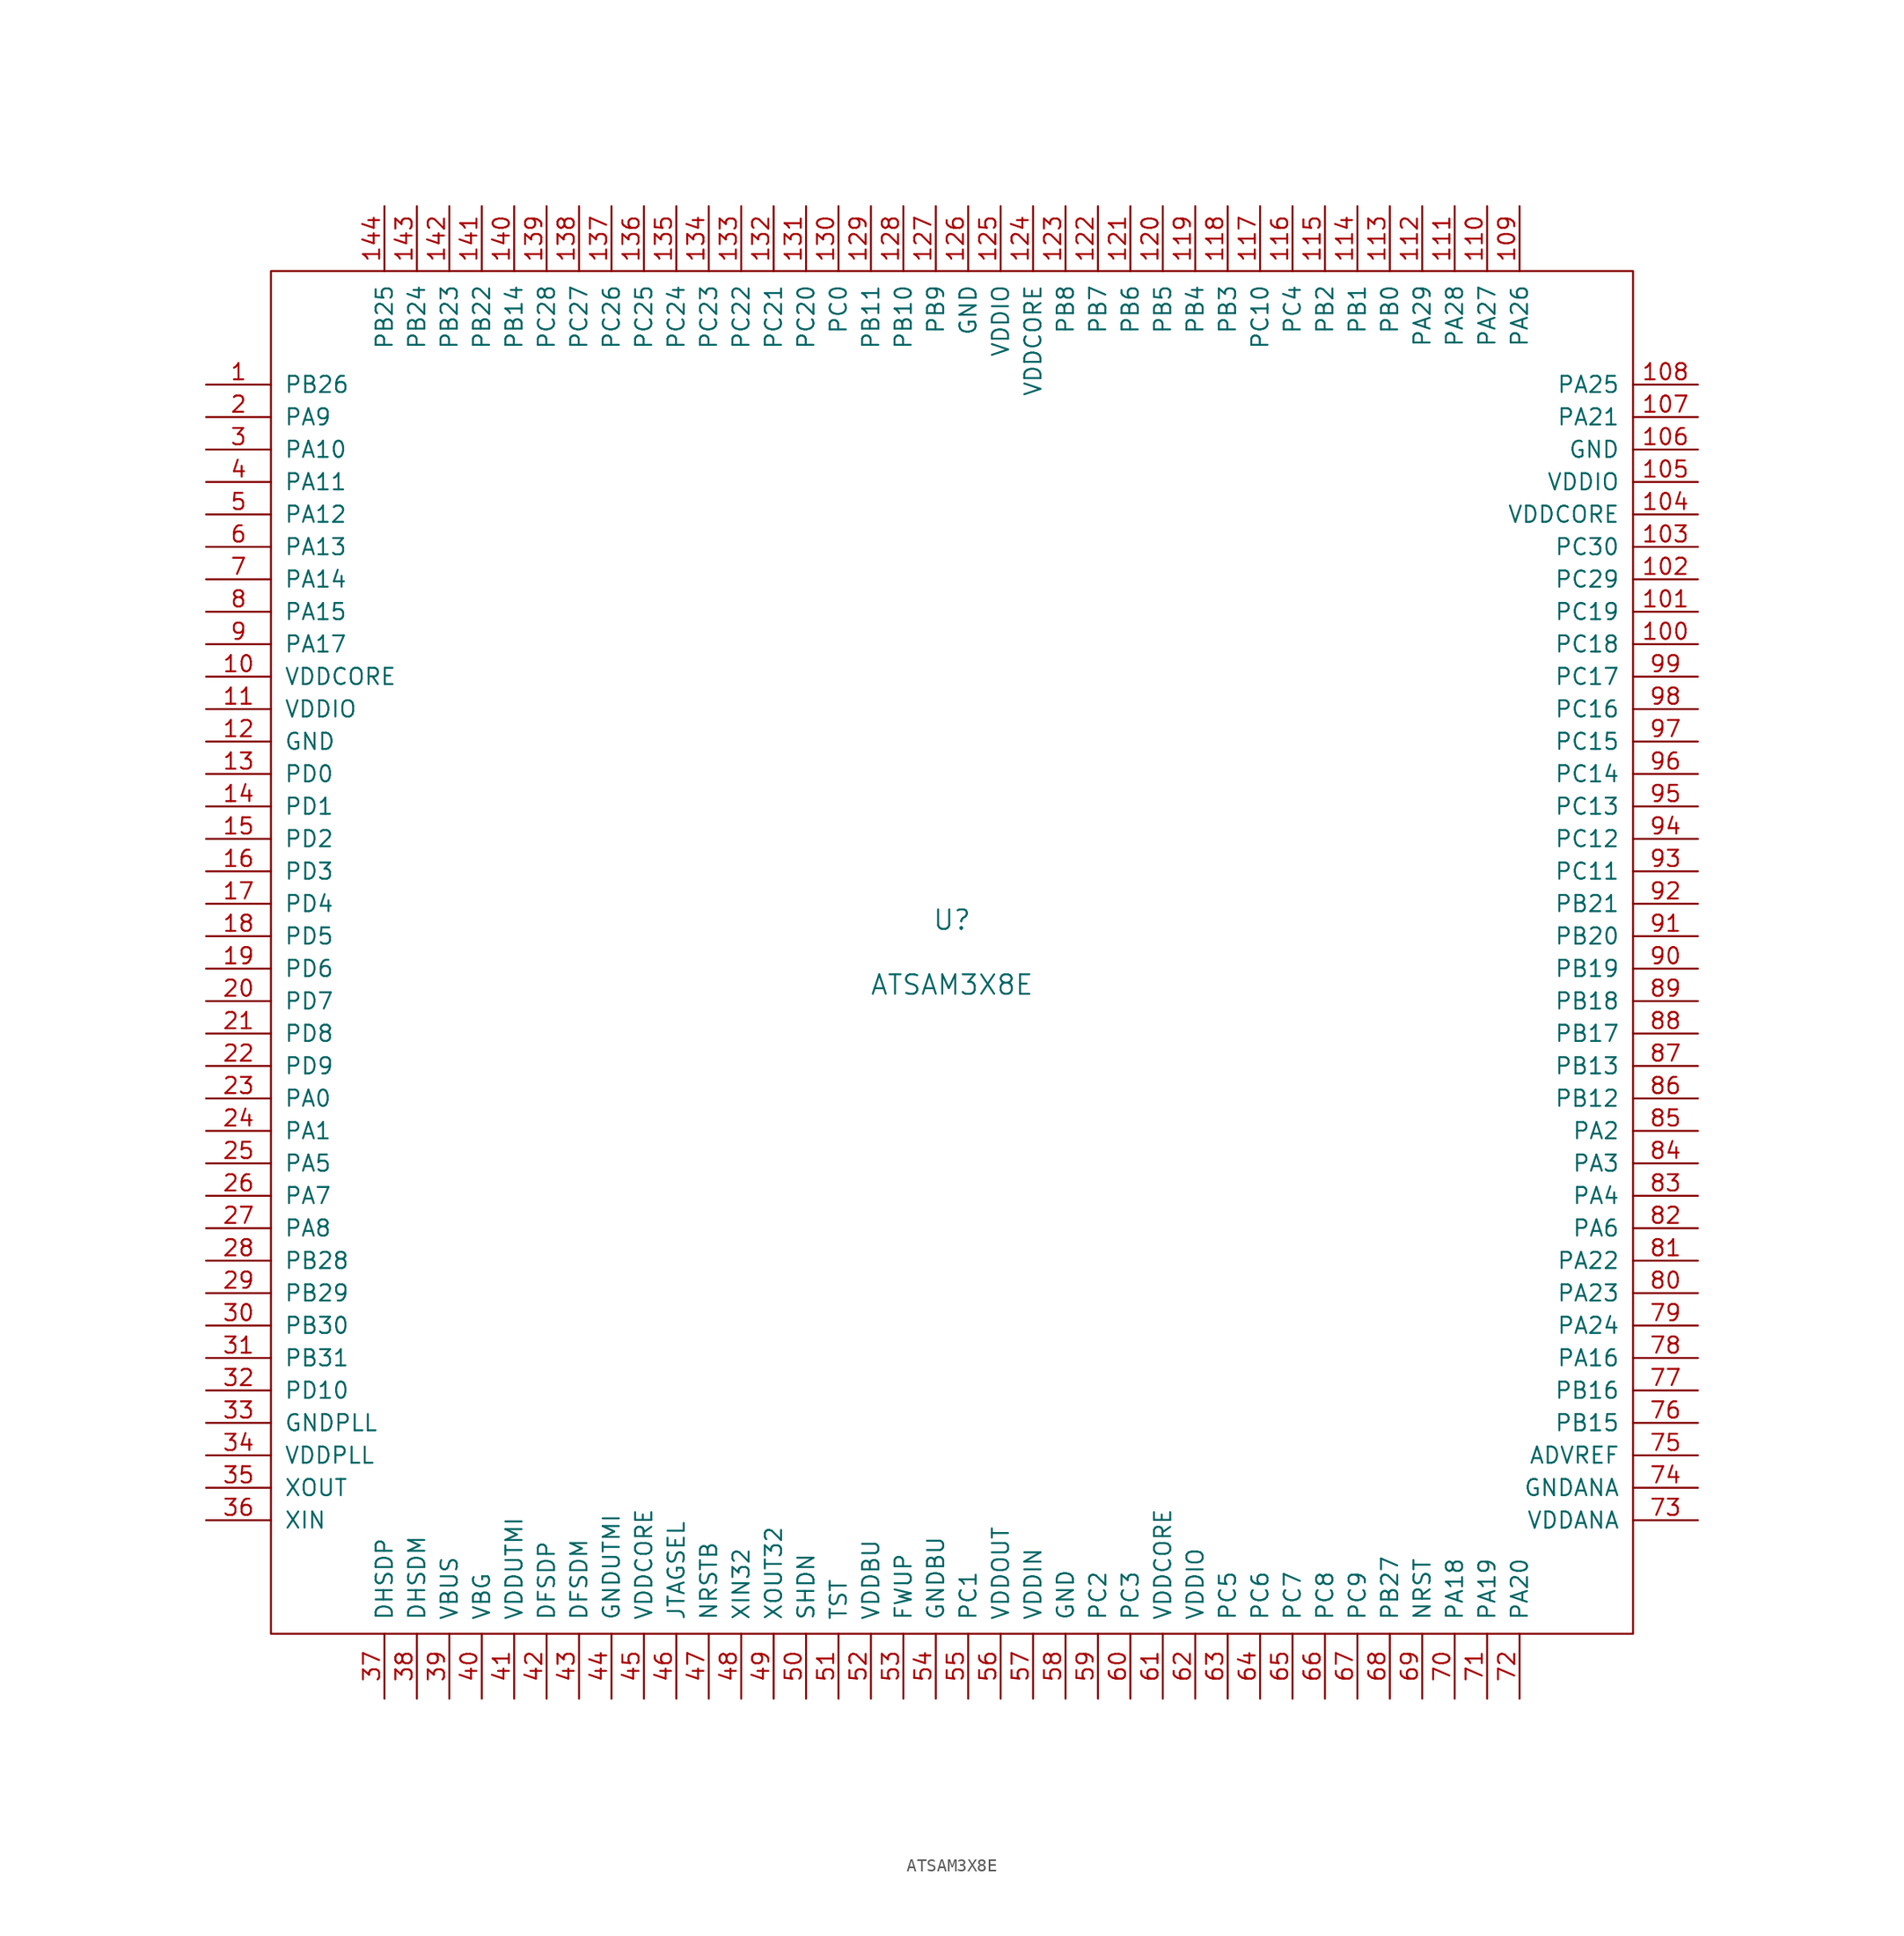
<source format=kicad_sym>
(kicad_symbol_lib
  (version 20201005)
  (generator kicad_symbol_editor)
  (symbol "ATSAM3X8E"
    (pin_names
      (offset 1.016))
    (property "Reference" "U"
      (at 0 2.54 0)
      (effects (font (size 1.524 1.524))))
    (property "Value" "ATSAM3X8E"
      (at 0 -2.54 0)
      (effects (font (size 1.524 1.524))))
    (symbol "ATSAM3X8E_0_1"
      (rectangle (start -53.34 53.34) (end 53.34 -53.34) (stroke (width 0)) (fill (type none))))
    (symbol "ATSAM3X8E_1_1"
      (pin bidirectional line (at -58.42 44.45 0) (length 5.08) (name "PB26" (effects (font (size 1.27 1.27)))) (number "1" (effects (font (size 1.27 1.27)))))
      (pin power_in line (at -58.42 21.59 0) (length 5.08) (name "VDDCORE" (effects (font (size 1.27 1.27)))) (number "10" (effects (font (size 1.27 1.27)))))
      (pin bidirectional line (at 58.42 24.13 180) (length 5.08) (name "PC18" (effects (font (size 1.27 1.27)))) (number "100" (effects (font (size 1.27 1.27)))))
      (pin bidirectional line (at 58.42 26.67 180) (length 5.08) (name "PC19" (effects (font (size 1.27 1.27)))) (number "101" (effects (font (size 1.27 1.27)))))
      (pin bidirectional line (at 58.42 29.21 180) (length 5.08) (name "PC29" (effects (font (size 1.27 1.27)))) (number "102" (effects (font (size 1.27 1.27)))))
      (pin bidirectional line (at 58.42 31.75 180) (length 5.08) (name "PC30" (effects (font (size 1.27 1.27)))) (number "103" (effects (font (size 1.27 1.27)))))
      (pin power_in line (at 58.42 34.29 180) (length 5.08) (name "VDDCORE" (effects (font (size 1.27 1.27)))) (number "104" (effects (font (size 1.27 1.27)))))
      (pin power_in line (at 58.42 36.83 180) (length 5.08) (name "VDDIO" (effects (font (size 1.27 1.27)))) (number "105" (effects (font (size 1.27 1.27)))))
      (pin power_in line (at 58.42 39.37 180) (length 5.08) (name "GND" (effects (font (size 1.27 1.27)))) (number "106" (effects (font (size 1.27 1.27)))))
      (pin bidirectional line (at 58.42 41.91 180) (length 5.08) (name "PA21" (effects (font (size 1.27 1.27)))) (number "107" (effects (font (size 1.27 1.27)))))
      (pin bidirectional line (at 58.42 44.45 180) (length 5.08) (name "PA25" (effects (font (size 1.27 1.27)))) (number "108" (effects (font (size 1.27 1.27)))))
      (pin bidirectional line (at 44.45 58.42 270) (length 5.08) (name "PA26" (effects (font (size 1.27 1.27)))) (number "109" (effects (font (size 1.27 1.27)))))
      (pin power_in line (at -58.42 19.05 0) (length 5.08) (name "VDDIO" (effects (font (size 1.27 1.27)))) (number "11" (effects (font (size 1.27 1.27)))))
      (pin bidirectional line (at 41.91 58.42 270) (length 5.08) (name "PA27" (effects (font (size 1.27 1.27)))) (number "110" (effects (font (size 1.27 1.27)))))
      (pin bidirectional line (at 39.37 58.42 270) (length 5.08) (name "PA28" (effects (font (size 1.27 1.27)))) (number "111" (effects (font (size 1.27 1.27)))))
      (pin bidirectional line (at 36.83 58.42 270) (length 5.08) (name "PA29" (effects (font (size 1.27 1.27)))) (number "112" (effects (font (size 1.27 1.27)))))
      (pin bidirectional line (at 34.29 58.42 270) (length 5.08) (name "PB0" (effects (font (size 1.27 1.27)))) (number "113" (effects (font (size 1.27 1.27)))))
      (pin bidirectional line (at 31.75 58.42 270) (length 5.08) (name "PB1" (effects (font (size 1.27 1.27)))) (number "114" (effects (font (size 1.27 1.27)))))
      (pin bidirectional line (at 29.21 58.42 270) (length 5.08) (name "PB2" (effects (font (size 1.27 1.27)))) (number "115" (effects (font (size 1.27 1.27)))))
      (pin bidirectional line (at 26.67 58.42 270) (length 5.08) (name "PC4" (effects (font (size 1.27 1.27)))) (number "116" (effects (font (size 1.27 1.27)))))
      (pin bidirectional line (at 24.13 58.42 270) (length 5.08) (name "PC10" (effects (font (size 1.27 1.27)))) (number "117" (effects (font (size 1.27 1.27)))))
      (pin bidirectional line (at 21.59 58.42 270) (length 5.08) (name "PB3" (effects (font (size 1.27 1.27)))) (number "118" (effects (font (size 1.27 1.27)))))
      (pin bidirectional line (at 19.05 58.42 270) (length 5.08) (name "PB4" (effects (font (size 1.27 1.27)))) (number "119" (effects (font (size 1.27 1.27)))))
      (pin power_in line (at -58.42 16.51 0) (length 5.08) (name "GND" (effects (font (size 1.27 1.27)))) (number "12" (effects (font (size 1.27 1.27)))))
      (pin bidirectional line (at 16.51 58.42 270) (length 5.08) (name "PB5" (effects (font (size 1.27 1.27)))) (number "120" (effects (font (size 1.27 1.27)))))
      (pin bidirectional line (at 13.97 58.42 270) (length 5.08) (name "PB6" (effects (font (size 1.27 1.27)))) (number "121" (effects (font (size 1.27 1.27)))))
      (pin bidirectional line (at 11.43 58.42 270) (length 5.08) (name "PB7" (effects (font (size 1.27 1.27)))) (number "122" (effects (font (size 1.27 1.27)))))
      (pin bidirectional line (at 8.89 58.42 270) (length 5.08) (name "PB8" (effects (font (size 1.27 1.27)))) (number "123" (effects (font (size 1.27 1.27)))))
      (pin power_in line (at 6.35 58.42 270) (length 5.08) (name "VDDCORE" (effects (font (size 1.27 1.27)))) (number "124" (effects (font (size 1.27 1.27)))))
      (pin power_in line (at 3.81 58.42 270) (length 5.08) (name "VDDIO" (effects (font (size 1.27 1.27)))) (number "125" (effects (font (size 1.27 1.27)))))
      (pin power_in line (at 1.27 58.42 270) (length 5.08) (name "GND" (effects (font (size 1.27 1.27)))) (number "126" (effects (font (size 1.27 1.27)))))
      (pin bidirectional line (at -1.27 58.42 270) (length 5.08) (name "PB9" (effects (font (size 1.27 1.27)))) (number "127" (effects (font (size 1.27 1.27)))))
      (pin bidirectional line (at -3.81 58.42 270) (length 5.08) (name "PB10" (effects (font (size 1.27 1.27)))) (number "128" (effects (font (size 1.27 1.27)))))
      (pin bidirectional line (at -6.35 58.42 270) (length 5.08) (name "PB11" (effects (font (size 1.27 1.27)))) (number "129" (effects (font (size 1.27 1.27)))))
      (pin bidirectional line (at -58.42 13.97 0) (length 5.08) (name "PD0" (effects (font (size 1.27 1.27)))) (number "13" (effects (font (size 1.27 1.27)))))
      (pin bidirectional line (at -8.89 58.42 270) (length 5.08) (name "PC0" (effects (font (size 1.27 1.27)))) (number "130" (effects (font (size 1.27 1.27)))))
      (pin bidirectional line (at -11.43 58.42 270) (length 5.08) (name "PC20" (effects (font (size 1.27 1.27)))) (number "131" (effects (font (size 1.27 1.27)))))
      (pin bidirectional line (at -13.97 58.42 270) (length 5.08) (name "PC21" (effects (font (size 1.27 1.27)))) (number "132" (effects (font (size 1.27 1.27)))))
      (pin bidirectional line (at -16.51 58.42 270) (length 5.08) (name "PC22" (effects (font (size 1.27 1.27)))) (number "133" (effects (font (size 1.27 1.27)))))
      (pin bidirectional line (at -19.05 58.42 270) (length 5.08) (name "PC23" (effects (font (size 1.27 1.27)))) (number "134" (effects (font (size 1.27 1.27)))))
      (pin bidirectional line (at -21.59 58.42 270) (length 5.08) (name "PC24" (effects (font (size 1.27 1.27)))) (number "135" (effects (font (size 1.27 1.27)))))
      (pin bidirectional line (at -24.13 58.42 270) (length 5.08) (name "PC25" (effects (font (size 1.27 1.27)))) (number "136" (effects (font (size 1.27 1.27)))))
      (pin bidirectional line (at -26.67 58.42 270) (length 5.08) (name "PC26" (effects (font (size 1.27 1.27)))) (number "137" (effects (font (size 1.27 1.27)))))
      (pin bidirectional line (at -29.21 58.42 270) (length 5.08) (name "PC27" (effects (font (size 1.27 1.27)))) (number "138" (effects (font (size 1.27 1.27)))))
      (pin bidirectional line (at -31.75 58.42 270) (length 5.08) (name "PC28" (effects (font (size 1.27 1.27)))) (number "139" (effects (font (size 1.27 1.27)))))
      (pin bidirectional line (at -58.42 11.43 0) (length 5.08) (name "PD1" (effects (font (size 1.27 1.27)))) (number "14" (effects (font (size 1.27 1.27)))))
      (pin bidirectional line (at -34.29 58.42 270) (length 5.08) (name "PB14" (effects (font (size 1.27 1.27)))) (number "140" (effects (font (size 1.27 1.27)))))
      (pin bidirectional line (at -36.83 58.42 270) (length 5.08) (name "PB22" (effects (font (size 1.27 1.27)))) (number "141" (effects (font (size 1.27 1.27)))))
      (pin bidirectional line (at -39.37 58.42 270) (length 5.08) (name "PB23" (effects (font (size 1.27 1.27)))) (number "142" (effects (font (size 1.27 1.27)))))
      (pin bidirectional line (at -41.91 58.42 270) (length 5.08) (name "PB24" (effects (font (size 1.27 1.27)))) (number "143" (effects (font (size 1.27 1.27)))))
      (pin bidirectional line (at -44.45 58.42 270) (length 5.08) (name "PB25" (effects (font (size 1.27 1.27)))) (number "144" (effects (font (size 1.27 1.27)))))
      (pin bidirectional line (at -58.42 8.89 0) (length 5.08) (name "PD2" (effects (font (size 1.27 1.27)))) (number "15" (effects (font (size 1.27 1.27)))))
      (pin bidirectional line (at -58.42 6.35 0) (length 5.08) (name "PD3" (effects (font (size 1.27 1.27)))) (number "16" (effects (font (size 1.27 1.27)))))
      (pin bidirectional line (at -58.42 3.81 0) (length 5.08) (name "PD4" (effects (font (size 1.27 1.27)))) (number "17" (effects (font (size 1.27 1.27)))))
      (pin bidirectional line (at -58.42 1.27 0) (length 5.08) (name "PD5" (effects (font (size 1.27 1.27)))) (number "18" (effects (font (size 1.27 1.27)))))
      (pin bidirectional line (at -58.42 -1.27 0) (length 5.08) (name "PD6" (effects (font (size 1.27 1.27)))) (number "19" (effects (font (size 1.27 1.27)))))
      (pin bidirectional line (at -58.42 41.91 0) (length 5.08) (name "PA9" (effects (font (size 1.27 1.27)))) (number "2" (effects (font (size 1.27 1.27)))))
      (pin bidirectional line (at -58.42 -3.81 0) (length 5.08) (name "PD7" (effects (font (size 1.27 1.27)))) (number "20" (effects (font (size 1.27 1.27)))))
      (pin bidirectional line (at -58.42 -6.35 0) (length 5.08) (name "PD8" (effects (font (size 1.27 1.27)))) (number "21" (effects (font (size 1.27 1.27)))))
      (pin bidirectional line (at -58.42 -8.89 0) (length 5.08) (name "PD9" (effects (font (size 1.27 1.27)))) (number "22" (effects (font (size 1.27 1.27)))))
      (pin bidirectional line (at -58.42 -11.43 0) (length 5.08) (name "PA0" (effects (font (size 1.27 1.27)))) (number "23" (effects (font (size 1.27 1.27)))))
      (pin bidirectional line (at -58.42 -13.97 0) (length 5.08) (name "PA1" (effects (font (size 1.27 1.27)))) (number "24" (effects (font (size 1.27 1.27)))))
      (pin bidirectional line (at -58.42 -16.51 0) (length 5.08) (name "PA5" (effects (font (size 1.27 1.27)))) (number "25" (effects (font (size 1.27 1.27)))))
      (pin bidirectional line (at -58.42 -19.05 0) (length 5.08) (name "PA7" (effects (font (size 1.27 1.27)))) (number "26" (effects (font (size 1.27 1.27)))))
      (pin bidirectional line (at -58.42 -21.59 0) (length 5.08) (name "PA8" (effects (font (size 1.27 1.27)))) (number "27" (effects (font (size 1.27 1.27)))))
      (pin bidirectional line (at -58.42 -24.13 0) (length 5.08) (name "PB28" (effects (font (size 1.27 1.27)))) (number "28" (effects (font (size 1.27 1.27)))))
      (pin bidirectional line (at -58.42 -26.67 0) (length 5.08) (name "PB29" (effects (font (size 1.27 1.27)))) (number "29" (effects (font (size 1.27 1.27)))))
      (pin bidirectional line (at -58.42 39.37 0) (length 5.08) (name "PA10" (effects (font (size 1.27 1.27)))) (number "3" (effects (font (size 1.27 1.27)))))
      (pin bidirectional line (at -58.42 -29.21 0) (length 5.08) (name "PB30" (effects (font (size 1.27 1.27)))) (number "30" (effects (font (size 1.27 1.27)))))
      (pin bidirectional line (at -58.42 -31.75 0) (length 5.08) (name "PB31" (effects (font (size 1.27 1.27)))) (number "31" (effects (font (size 1.27 1.27)))))
      (pin bidirectional line (at -58.42 -34.29 0) (length 5.08) (name "PD10" (effects (font (size 1.27 1.27)))) (number "32" (effects (font (size 1.27 1.27)))))
      (pin power_in line (at -58.42 -36.83 0) (length 5.08) (name "GNDPLL" (effects (font (size 1.27 1.27)))) (number "33" (effects (font (size 1.27 1.27)))))
      (pin power_in line (at -58.42 -39.37 0) (length 5.08) (name "VDDPLL" (effects (font (size 1.27 1.27)))) (number "34" (effects (font (size 1.27 1.27)))))
      (pin input line (at -58.42 -41.91 0) (length 5.08) (name "XOUT" (effects (font (size 1.27 1.27)))) (number "35" (effects (font (size 1.27 1.27)))))
      (pin input line (at -58.42 -44.45 0) (length 5.08) (name "XIN" (effects (font (size 1.27 1.27)))) (number "36" (effects (font (size 1.27 1.27)))))
      (pin input line (at -44.45 -58.42 90) (length 5.08) (name "DHSDP" (effects (font (size 1.27 1.27)))) (number "37" (effects (font (size 1.27 1.27)))))
      (pin input line (at -41.91 -58.42 90) (length 5.08) (name "DHSDM" (effects (font (size 1.27 1.27)))) (number "38" (effects (font (size 1.27 1.27)))))
      (pin power_in line (at -39.37 -58.42 90) (length 5.08) (name "VBUS" (effects (font (size 1.27 1.27)))) (number "39" (effects (font (size 1.27 1.27)))))
      (pin bidirectional line (at -58.42 36.83 0) (length 5.08) (name "PA11" (effects (font (size 1.27 1.27)))) (number "4" (effects (font (size 1.27 1.27)))))
      (pin power_in line (at -36.83 -58.42 90) (length 5.08) (name "VBG" (effects (font (size 1.27 1.27)))) (number "40" (effects (font (size 1.27 1.27)))))
      (pin power_in line (at -34.29 -58.42 90) (length 5.08) (name "VDDUTMI" (effects (font (size 1.27 1.27)))) (number "41" (effects (font (size 1.27 1.27)))))
      (pin bidirectional line (at -31.75 -58.42 90) (length 5.08) (name "DFSDP" (effects (font (size 1.27 1.27)))) (number "42" (effects (font (size 1.27 1.27)))))
      (pin bidirectional line (at -29.21 -58.42 90) (length 5.08) (name "DFSDM" (effects (font (size 1.27 1.27)))) (number "43" (effects (font (size 1.27 1.27)))))
      (pin power_in line (at -26.67 -58.42 90) (length 5.08) (name "GNDUTMI" (effects (font (size 1.27 1.27)))) (number "44" (effects (font (size 1.27 1.27)))))
      (pin power_in line (at -24.13 -58.42 90) (length 5.08) (name "VDDCORE" (effects (font (size 1.27 1.27)))) (number "45" (effects (font (size 1.27 1.27)))))
      (pin bidirectional line (at -21.59 -58.42 90) (length 5.08) (name "JTAGSEL" (effects (font (size 1.27 1.27)))) (number "46" (effects (font (size 1.27 1.27)))))
      (pin bidirectional line (at -19.05 -58.42 90) (length 5.08) (name "NRSTB" (effects (font (size 1.27 1.27)))) (number "47" (effects (font (size 1.27 1.27)))))
      (pin bidirectional line (at -16.51 -58.42 90) (length 5.08) (name "XIN32" (effects (font (size 1.27 1.27)))) (number "48" (effects (font (size 1.27 1.27)))))
      (pin bidirectional line (at -13.97 -58.42 90) (length 5.08) (name "XOUT32" (effects (font (size 1.27 1.27)))) (number "49" (effects (font (size 1.27 1.27)))))
      (pin bidirectional line (at -58.42 34.29 0) (length 5.08) (name "PA12" (effects (font (size 1.27 1.27)))) (number "5" (effects (font (size 1.27 1.27)))))
      (pin bidirectional line (at -11.43 -58.42 90) (length 5.08) (name "SHDN" (effects (font (size 1.27 1.27)))) (number "50" (effects (font (size 1.27 1.27)))))
      (pin bidirectional line (at -8.89 -58.42 90) (length 5.08) (name "TST" (effects (font (size 1.27 1.27)))) (number "51" (effects (font (size 1.27 1.27)))))
      (pin power_in line (at -6.35 -58.42 90) (length 5.08) (name "VDDBU" (effects (font (size 1.27 1.27)))) (number "52" (effects (font (size 1.27 1.27)))))
      (pin bidirectional line (at -3.81 -58.42 90) (length 5.08) (name "FWUP" (effects (font (size 1.27 1.27)))) (number "53" (effects (font (size 1.27 1.27)))))
      (pin power_in line (at -1.27 -58.42 90) (length 5.08) (name "GNDBU" (effects (font (size 1.27 1.27)))) (number "54" (effects (font (size 1.27 1.27)))))
      (pin bidirectional line (at 1.27 -58.42 90) (length 5.08) (name "PC1" (effects (font (size 1.27 1.27)))) (number "55" (effects (font (size 1.27 1.27)))))
      (pin power_out line (at 3.81 -58.42 90) (length 5.08) (name "VDDOUT" (effects (font (size 1.27 1.27)))) (number "56" (effects (font (size 1.27 1.27)))))
      (pin power_in line (at 6.35 -58.42 90) (length 5.08) (name "VDDIN" (effects (font (size 1.27 1.27)))) (number "57" (effects (font (size 1.27 1.27)))))
      (pin power_in line (at 8.89 -58.42 90) (length 5.08) (name "GND" (effects (font (size 1.27 1.27)))) (number "58" (effects (font (size 1.27 1.27)))))
      (pin bidirectional line (at 11.43 -58.42 90) (length 5.08) (name "PC2" (effects (font (size 1.27 1.27)))) (number "59" (effects (font (size 1.27 1.27)))))
      (pin bidirectional line (at -58.42 31.75 0) (length 5.08) (name "PA13" (effects (font (size 1.27 1.27)))) (number "6" (effects (font (size 1.27 1.27)))))
      (pin bidirectional line (at 13.97 -58.42 90) (length 5.08) (name "PC3" (effects (font (size 1.27 1.27)))) (number "60" (effects (font (size 1.27 1.27)))))
      (pin power_in line (at 16.51 -58.42 90) (length 5.08) (name "VDDCORE" (effects (font (size 1.27 1.27)))) (number "61" (effects (font (size 1.27 1.27)))))
      (pin power_in line (at 19.05 -58.42 90) (length 5.08) (name "VDDIO" (effects (font (size 1.27 1.27)))) (number "62" (effects (font (size 1.27 1.27)))))
      (pin bidirectional line (at 21.59 -58.42 90) (length 5.08) (name "PC5" (effects (font (size 1.27 1.27)))) (number "63" (effects (font (size 1.27 1.27)))))
      (pin bidirectional line (at 24.13 -58.42 90) (length 5.08) (name "PC6" (effects (font (size 1.27 1.27)))) (number "64" (effects (font (size 1.27 1.27)))))
      (pin bidirectional line (at 26.67 -58.42 90) (length 5.08) (name "PC7" (effects (font (size 1.27 1.27)))) (number "65" (effects (font (size 1.27 1.27)))))
      (pin bidirectional line (at 29.21 -58.42 90) (length 5.08) (name "PC8" (effects (font (size 1.27 1.27)))) (number "66" (effects (font (size 1.27 1.27)))))
      (pin bidirectional line (at 31.75 -58.42 90) (length 5.08) (name "PC9" (effects (font (size 1.27 1.27)))) (number "67" (effects (font (size 1.27 1.27)))))
      (pin bidirectional line (at 34.29 -58.42 90) (length 5.08) (name "PB27" (effects (font (size 1.27 1.27)))) (number "68" (effects (font (size 1.27 1.27)))))
      (pin bidirectional line (at 36.83 -58.42 90) (length 5.08) (name "NRST" (effects (font (size 1.27 1.27)))) (number "69" (effects (font (size 1.27 1.27)))))
      (pin bidirectional line (at -58.42 29.21 0) (length 5.08) (name "PA14" (effects (font (size 1.27 1.27)))) (number "7" (effects (font (size 1.27 1.27)))))
      (pin bidirectional line (at 39.37 -58.42 90) (length 5.08) (name "PA18" (effects (font (size 1.27 1.27)))) (number "70" (effects (font (size 1.27 1.27)))))
      (pin bidirectional line (at 41.91 -58.42 90) (length 5.08) (name "PA19" (effects (font (size 1.27 1.27)))) (number "71" (effects (font (size 1.27 1.27)))))
      (pin bidirectional line (at 44.45 -58.42 90) (length 5.08) (name "PA20" (effects (font (size 1.27 1.27)))) (number "72" (effects (font (size 1.27 1.27)))))
      (pin bidirectional line (at 58.42 -44.45 180) (length 5.08) (name "VDDANA" (effects (font (size 1.27 1.27)))) (number "73" (effects (font (size 1.27 1.27)))))
      (pin power_in line (at 58.42 -41.91 180) (length 5.08) (name "GNDANA" (effects (font (size 1.27 1.27)))) (number "74" (effects (font (size 1.27 1.27)))))
      (pin power_in line (at 58.42 -39.37 180) (length 5.08) (name "ADVREF" (effects (font (size 1.27 1.27)))) (number "75" (effects (font (size 1.27 1.27)))))
      (pin bidirectional line (at 58.42 -36.83 180) (length 5.08) (name "PB15" (effects (font (size 1.27 1.27)))) (number "76" (effects (font (size 1.27 1.27)))))
      (pin bidirectional line (at 58.42 -34.29 180) (length 5.08) (name "PB16" (effects (font (size 1.27 1.27)))) (number "77" (effects (font (size 1.27 1.27)))))
      (pin bidirectional line (at 58.42 -31.75 180) (length 5.08) (name "PA16" (effects (font (size 1.27 1.27)))) (number "78" (effects (font (size 1.27 1.27)))))
      (pin bidirectional line (at 58.42 -29.21 180) (length 5.08) (name "PA24" (effects (font (size 1.27 1.27)))) (number "79" (effects (font (size 1.27 1.27)))))
      (pin bidirectional line (at -58.42 26.67 0) (length 5.08) (name "PA15" (effects (font (size 1.27 1.27)))) (number "8" (effects (font (size 1.27 1.27)))))
      (pin bidirectional line (at 58.42 -26.67 180) (length 5.08) (name "PA23" (effects (font (size 1.27 1.27)))) (number "80" (effects (font (size 1.27 1.27)))))
      (pin bidirectional line (at 58.42 -24.13 180) (length 5.08) (name "PA22" (effects (font (size 1.27 1.27)))) (number "81" (effects (font (size 1.27 1.27)))))
      (pin bidirectional line (at 58.42 -21.59 180) (length 5.08) (name "PA6" (effects (font (size 1.27 1.27)))) (number "82" (effects (font (size 1.27 1.27)))))
      (pin bidirectional line (at 58.42 -19.05 180) (length 5.08) (name "PA4" (effects (font (size 1.27 1.27)))) (number "83" (effects (font (size 1.27 1.27)))))
      (pin bidirectional line (at 58.42 -16.51 180) (length 5.08) (name "PA3" (effects (font (size 1.27 1.27)))) (number "84" (effects (font (size 1.27 1.27)))))
      (pin bidirectional line (at 58.42 -13.97 180) (length 5.08) (name "PA2" (effects (font (size 1.27 1.27)))) (number "85" (effects (font (size 1.27 1.27)))))
      (pin bidirectional line (at 58.42 -11.43 180) (length 5.08) (name "PB12" (effects (font (size 1.27 1.27)))) (number "86" (effects (font (size 1.27 1.27)))))
      (pin bidirectional line (at 58.42 -8.89 180) (length 5.08) (name "PB13" (effects (font (size 1.27 1.27)))) (number "87" (effects (font (size 1.27 1.27)))))
      (pin bidirectional line (at 58.42 -6.35 180) (length 5.08) (name "PB17" (effects (font (size 1.27 1.27)))) (number "88" (effects (font (size 1.27 1.27)))))
      (pin bidirectional line (at 58.42 -3.81 180) (length 5.08) (name "PB18" (effects (font (size 1.27 1.27)))) (number "89" (effects (font (size 1.27 1.27)))))
      (pin bidirectional line (at -58.42 24.13 0) (length 5.08) (name "PA17" (effects (font (size 1.27 1.27)))) (number "9" (effects (font (size 1.27 1.27)))))
      (pin bidirectional line (at 58.42 -1.27 180) (length 5.08) (name "PB19" (effects (font (size 1.27 1.27)))) (number "90" (effects (font (size 1.27 1.27)))))
      (pin bidirectional line (at 58.42 1.27 180) (length 5.08) (name "PB20" (effects (font (size 1.27 1.27)))) (number "91" (effects (font (size 1.27 1.27)))))
      (pin bidirectional line (at 58.42 3.81 180) (length 5.08) (name "PB21" (effects (font (size 1.27 1.27)))) (number "92" (effects (font (size 1.27 1.27)))))
      (pin bidirectional line (at 58.42 6.35 180) (length 5.08) (name "PC11" (effects (font (size 1.27 1.27)))) (number "93" (effects (font (size 1.27 1.27)))))
      (pin bidirectional line (at 58.42 8.89 180) (length 5.08) (name "PC12" (effects (font (size 1.27 1.27)))) (number "94" (effects (font (size 1.27 1.27)))))
      (pin bidirectional line (at 58.42 11.43 180) (length 5.08) (name "PC13" (effects (font (size 1.27 1.27)))) (number "95" (effects (font (size 1.27 1.27)))))
      (pin bidirectional line (at 58.42 13.97 180) (length 5.08) (name "PC14" (effects (font (size 1.27 1.27)))) (number "96" (effects (font (size 1.27 1.27)))))
      (pin bidirectional line (at 58.42 16.51 180) (length 5.08) (name "PC15" (effects (font (size 1.27 1.27)))) (number "97" (effects (font (size 1.27 1.27)))))
      (pin bidirectional line (at 58.42 19.05 180) (length 5.08) (name "PC16" (effects (font (size 1.27 1.27)))) (number "98" (effects (font (size 1.27 1.27)))))
      (pin bidirectional line (at 58.42 21.59 180) (length 5.08) (name "PC17" (effects (font (size 1.27 1.27)))) (number "99" (effects (font (size 1.27 1.27))))))))
</source>
